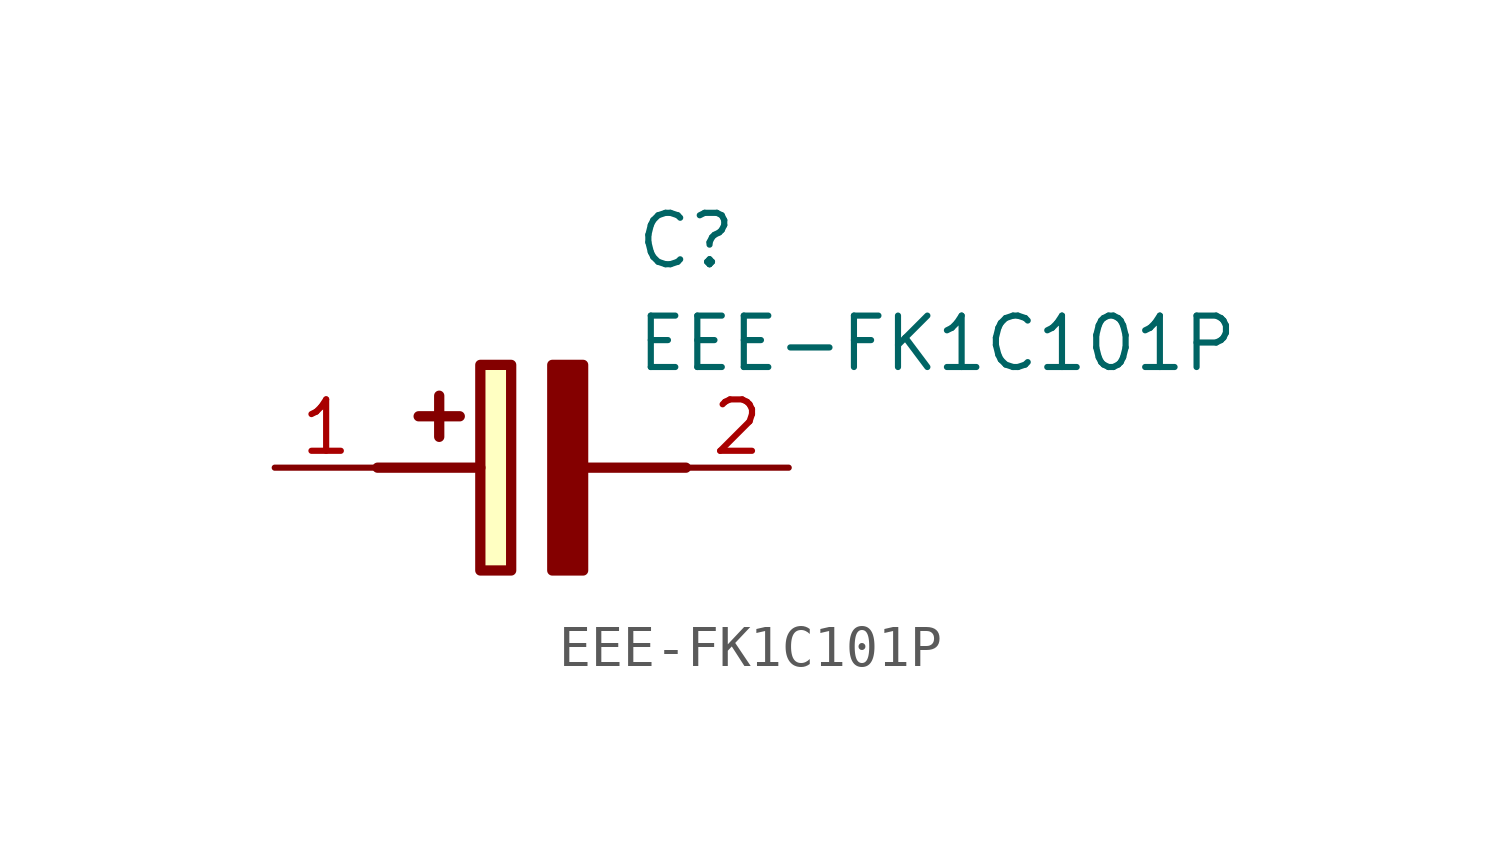
<source format=kicad_sym>
(kicad_symbol_lib
  (version 20211014)
  (generator SamacSys_ECAD_Model)
  (symbol "EEE-FK1C101P"
    (pin_names hide)
    (property "Reference" "C"
      (at 8.89 6.35 0)
      (effects (font (size 1.27 1.27)) (justify left top)))
    (property "Value" "EEE-FK1C101P"
      (at 8.89 3.81 0)
      (effects (font (size 1.27 1.27)) (justify left top)))
    (rectangle
      (start 5.08 2.54)
      (end 5.842 -2.54)
      (stroke (width 0.254) (type default))
      (fill (type background)))
    (polyline
      (pts (xy 4.572 1.27) (xy 3.556 1.27))
      (stroke (width 0.254) (type default))
      (fill (type none)))
    (polyline
      (pts (xy 4.064 1.778) (xy 4.064 0.762))
      (stroke (width 0.254) (type default))
      (fill (type none)))
    (polyline
      (pts (xy 2.54 0) (xy 5.08 0))
      (stroke (width 0.254) (type default))
      (fill (type none)))
    (polyline
      (pts (xy 7.62 0) (xy 10.16 0))
      (stroke (width 0.254) (type default))
      (fill (type none)))
    (polyline
      (pts (xy 7.62 2.54) (xy 7.62 -2.54) (xy 6.858 -2.54) (xy 6.858 2.54) (xy 7.62 2.54))
      (stroke (width 0.254) (type default))
      (fill (type outline)))
    (pin passive line
      (at 0 0 0)
      (length 2.54)
      (name "+" (effects (font (size 1.27 1.27))))
      (number "1" (effects (font (size 1.27 1.27)))))
    (pin passive line
      (at 12.7 0 180)
      (length 2.54)
      (name "-" (effects (font (size 1.27 1.27))))
      (number "2" (effects (font (size 1.27 1.27)))))))
</source>
